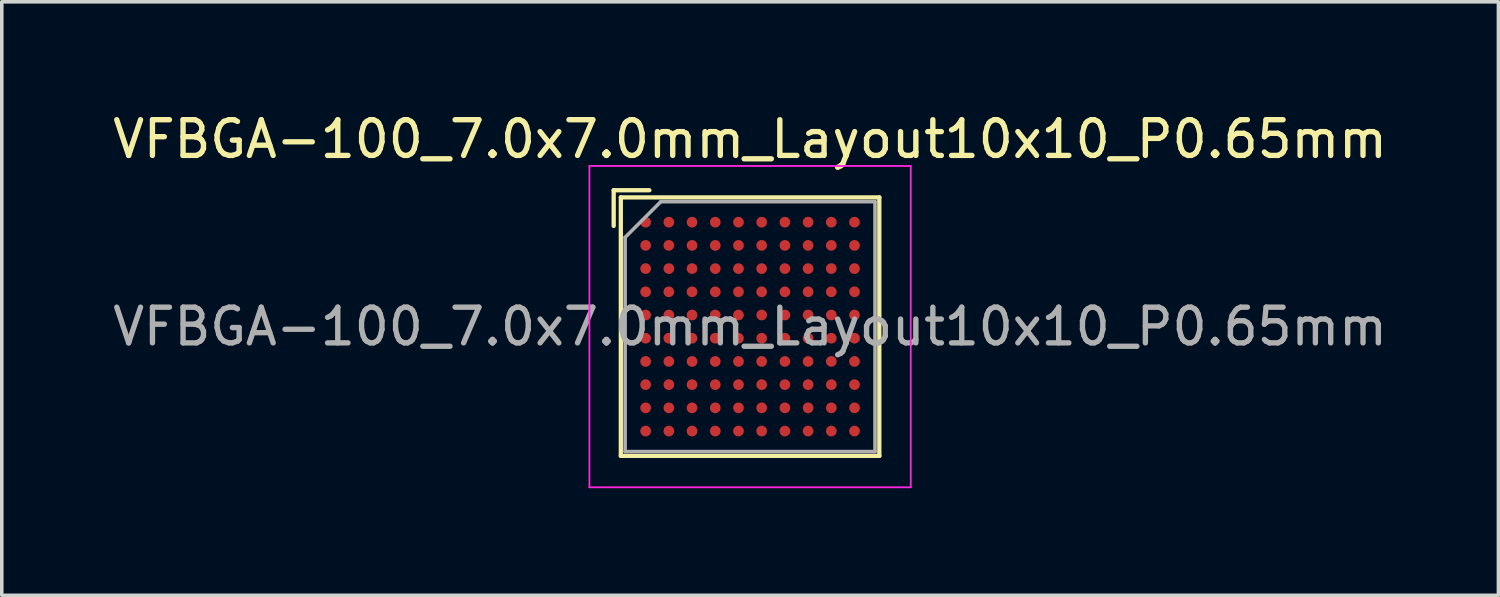
<source format=kicad_pcb>
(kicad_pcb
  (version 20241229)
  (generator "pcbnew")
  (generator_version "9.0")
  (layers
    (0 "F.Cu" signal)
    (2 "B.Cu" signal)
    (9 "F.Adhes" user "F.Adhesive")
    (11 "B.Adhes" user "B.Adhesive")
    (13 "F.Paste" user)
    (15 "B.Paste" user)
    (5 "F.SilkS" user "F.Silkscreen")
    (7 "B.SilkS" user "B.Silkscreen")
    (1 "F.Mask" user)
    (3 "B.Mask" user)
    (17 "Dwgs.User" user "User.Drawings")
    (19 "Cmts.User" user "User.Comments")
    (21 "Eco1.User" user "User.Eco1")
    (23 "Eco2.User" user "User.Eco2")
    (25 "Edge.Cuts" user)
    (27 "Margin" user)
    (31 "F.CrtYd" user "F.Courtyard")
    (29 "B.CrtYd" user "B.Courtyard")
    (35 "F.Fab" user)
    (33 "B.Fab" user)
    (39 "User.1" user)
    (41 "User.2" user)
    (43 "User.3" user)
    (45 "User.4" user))
  (footprint "VFBGA-100_7.0x7.0mm_Layout10x10_P0.65mm"
    (layer "F.Cu")
    (at 17.958 6.098)
    (property "Reference" "VFBGA-100_7.0x7.0mm_Layout10x10_P0.65mm" (at 0 -5.25 0) (layer "F.SilkS") (effects (font (size 1 1) (thickness 0.15))))
    (attr smd)
    (fp_line (start -3.82 -3.82) (end -2.82 -3.82) (stroke (width 0.12) (type solid)) (layer "F.SilkS"))
    (fp_line (start -3.82 -2.82) (end -3.82 -3.82) (stroke (width 0.12) (type solid)) (layer "F.SilkS"))
    (fp_line (start -3.62 -3.62) (end -3.62 3.62) (stroke (width 0.12) (type solid)) (layer "F.SilkS"))
    (fp_line (start -3.62 3.62) (end 3.62 3.62) (stroke (width 0.12) (type solid)) (layer "F.SilkS"))
    (fp_line (start 3.62 -3.62) (end -3.62 -3.62) (stroke (width 0.12) (type solid)) (layer "F.SilkS"))
    (fp_line (start 3.62 3.62) (end 3.62 -3.62) (stroke (width 0.12) (type solid)) (layer "F.SilkS"))
    (fp_line (start -4.5 -4.5) (end -4.5 4.5) (stroke (width 0.05) (type solid)) (layer "F.CrtYd"))
    (fp_line (start -4.5 -4.5) (end 4.5 -4.5) (stroke (width 0.05) (type solid)) (layer "F.CrtYd"))
    (fp_line (start 4.5 4.5) (end -4.5 4.5) (stroke (width 0.05) (type solid)) (layer "F.CrtYd"))
    (fp_line (start 4.5 4.5) (end 4.5 -4.5) (stroke (width 0.05) (type solid)) (layer "F.CrtYd"))
    (fp_line (start -3.5 -2.5) (end -3.5 3.5) (stroke (width 0.1) (type solid)) (layer "F.Fab"))
    (fp_line (start -3.5 3.5) (end 3.5 3.5) (stroke (width 0.1) (type solid)) (layer "F.Fab"))
    (fp_line (start -2.5 -3.5) (end -3.5 -2.5) (stroke (width 0.1) (type solid)) (layer "F.Fab"))
    (fp_line (start 3.5 -3.5) (end -2.5 -3.5) (stroke (width 0.1) (type solid)) (layer "F.Fab"))
    (fp_line (start 3.5 3.5) (end 3.5 -3.5) (stroke (width 0.1) (type solid)) (layer "F.Fab"))
    (fp_text user "${REFERENCE}" (at 0 0 0) (layer "F.Fab") (effects (font (size 1 1) (thickness 0.15))))
    (pad "A1" smd circle (at -2.925 -2.925) (size 0.3 0.3) (layers "F.Cu" "F.Mask" "F.Paste"))
    (pad "A2" smd circle (at -2.275 -2.925) (size 0.3 0.3) (layers "F.Cu" "F.Mask" "F.Paste"))
    (pad "A3" smd circle (at -1.625 -2.925) (size 0.3 0.3) (layers "F.Cu" "F.Mask" "F.Paste"))
    (pad "A4" smd circle (at -0.975 -2.925) (size 0.3 0.3) (layers "F.Cu" "F.Mask" "F.Paste"))
    (pad "A5" smd circle (at -0.325 -2.925) (size 0.3 0.3) (layers "F.Cu" "F.Mask" "F.Paste"))
    (pad "A6" smd circle (at 0.325 -2.925) (size 0.3 0.3) (layers "F.Cu" "F.Mask" "F.Paste"))
    (pad "A7" smd circle (at 0.975 -2.925) (size 0.3 0.3) (layers "F.Cu" "F.Mask" "F.Paste"))
    (pad "A8" smd circle (at 1.625 -2.925) (size 0.3 0.3) (layers "F.Cu" "F.Mask" "F.Paste"))
    (pad "A9" smd circle (at 2.275 -2.925) (size 0.3 0.3) (layers "F.Cu" "F.Mask" "F.Paste"))
    (pad "A10" smd circle (at 2.925 -2.925) (size 0.3 0.3) (layers "F.Cu" "F.Mask" "F.Paste"))
    (pad "B1" smd circle (at -2.925 -2.275) (size 0.3 0.3) (layers "F.Cu" "F.Mask" "F.Paste"))
    (pad "B2" smd circle (at -2.275 -2.275) (size 0.3 0.3) (layers "F.Cu" "F.Mask" "F.Paste"))
    (pad "B3" smd circle (at -1.625 -2.275) (size 0.3 0.3) (layers "F.Cu" "F.Mask" "F.Paste"))
    (pad "B4" smd circle (at -0.975 -2.275) (size 0.3 0.3) (layers "F.Cu" "F.Mask" "F.Paste"))
    (pad "B5" smd circle (at -0.325 -2.275) (size 0.3 0.3) (layers "F.Cu" "F.Mask" "F.Paste"))
    (pad "B6" smd circle (at 0.325 -2.275) (size 0.3 0.3) (layers "F.Cu" "F.Mask" "F.Paste"))
    (pad "B7" smd circle (at 0.975 -2.275) (size 0.3 0.3) (layers "F.Cu" "F.Mask" "F.Paste"))
    (pad "B8" smd circle (at 1.625 -2.275) (size 0.3 0.3) (layers "F.Cu" "F.Mask" "F.Paste"))
    (pad "B9" smd circle (at 2.275 -2.275) (size 0.3 0.3) (layers "F.Cu" "F.Mask" "F.Paste"))
    (pad "B10" smd circle (at 2.925 -2.275) (size 0.3 0.3) (layers "F.Cu" "F.Mask" "F.Paste"))
    (pad "C1" smd circle (at -2.925 -1.625) (size 0.3 0.3) (layers "F.Cu" "F.Mask" "F.Paste"))
    (pad "C2" smd circle (at -2.275 -1.625) (size 0.3 0.3) (layers "F.Cu" "F.Mask" "F.Paste"))
    (pad "C3" smd circle (at -1.625 -1.625) (size 0.3 0.3) (layers "F.Cu" "F.Mask" "F.Paste"))
    (pad "C4" smd circle (at -0.975 -1.625) (size 0.3 0.3) (layers "F.Cu" "F.Mask" "F.Paste"))
    (pad "C5" smd circle (at -0.325 -1.625) (size 0.3 0.3) (layers "F.Cu" "F.Mask" "F.Paste"))
    (pad "C6" smd circle (at 0.325 -1.625) (size 0.3 0.3) (layers "F.Cu" "F.Mask" "F.Paste"))
    (pad "C7" smd circle (at 0.975 -1.625) (size 0.3 0.3) (layers "F.Cu" "F.Mask" "F.Paste"))
    (pad "C8" smd circle (at 1.625 -1.625) (size 0.3 0.3) (layers "F.Cu" "F.Mask" "F.Paste"))
    (pad "C9" smd circle (at 2.275 -1.625) (size 0.3 0.3) (layers "F.Cu" "F.Mask" "F.Paste"))
    (pad "C10" smd circle (at 2.925 -1.625) (size 0.3 0.3) (layers "F.Cu" "F.Mask" "F.Paste"))
    (pad "D1" smd circle (at -2.925 -0.975) (size 0.3 0.3) (layers "F.Cu" "F.Mask" "F.Paste"))
    (pad "D2" smd circle (at -2.275 -0.975) (size 0.3 0.3) (layers "F.Cu" "F.Mask" "F.Paste"))
    (pad "D3" smd circle (at -1.625 -0.975) (size 0.3 0.3) (layers "F.Cu" "F.Mask" "F.Paste"))
    (pad "D4" smd circle (at -0.975 -0.975) (size 0.3 0.3) (layers "F.Cu" "F.Mask" "F.Paste"))
    (pad "D5" smd circle (at -0.325 -0.975) (size 0.3 0.3) (layers "F.Cu" "F.Mask" "F.Paste"))
    (pad "D6" smd circle (at 0.325 -0.975) (size 0.3 0.3) (layers "F.Cu" "F.Mask" "F.Paste"))
    (pad "D7" smd circle (at 0.975 -0.975) (size 0.3 0.3) (layers "F.Cu" "F.Mask" "F.Paste"))
    (pad "D8" smd circle (at 1.625 -0.975) (size 0.3 0.3) (layers "F.Cu" "F.Mask" "F.Paste"))
    (pad "D9" smd circle (at 2.275 -0.975) (size 0.3 0.3) (layers "F.Cu" "F.Mask" "F.Paste"))
    (pad "D10" smd circle (at 2.925 -0.975) (size 0.3 0.3) (layers "F.Cu" "F.Mask" "F.Paste"))
    (pad "E1" smd circle (at -2.925 -0.325) (size 0.3 0.3) (layers "F.Cu" "F.Mask" "F.Paste"))
    (pad "E2" smd circle (at -2.275 -0.325) (size 0.3 0.3) (layers "F.Cu" "F.Mask" "F.Paste"))
    (pad "E3" smd circle (at -1.625 -0.325) (size 0.3 0.3) (layers "F.Cu" "F.Mask" "F.Paste"))
    (pad "E4" smd circle (at -0.975 -0.325) (size 0.3 0.3) (layers "F.Cu" "F.Mask" "F.Paste"))
    (pad "E5" smd circle (at -0.325 -0.325) (size 0.3 0.3) (layers "F.Cu" "F.Mask" "F.Paste"))
    (pad "E6" smd circle (at 0.325 -0.325) (size 0.3 0.3) (layers "F.Cu" "F.Mask" "F.Paste"))
    (pad "E7" smd circle (at 0.975 -0.325) (size 0.3 0.3) (layers "F.Cu" "F.Mask" "F.Paste"))
    (pad "E8" smd circle (at 1.625 -0.325) (size 0.3 0.3) (layers "F.Cu" "F.Mask" "F.Paste"))
    (pad "E9" smd circle (at 2.275 -0.325) (size 0.3 0.3) (layers "F.Cu" "F.Mask" "F.Paste"))
    (pad "E10" smd circle (at 2.925 -0.325) (size 0.3 0.3) (layers "F.Cu" "F.Mask" "F.Paste"))
    (pad "F1" smd circle (at -2.925 0.325) (size 0.3 0.3) (layers "F.Cu" "F.Mask" "F.Paste"))
    (pad "F2" smd circle (at -2.275 0.325) (size 0.3 0.3) (layers "F.Cu" "F.Mask" "F.Paste"))
    (pad "F3" smd circle (at -1.625 0.325) (size 0.3 0.3) (layers "F.Cu" "F.Mask" "F.Paste"))
    (pad "F4" smd circle (at -0.975 0.325) (size 0.3 0.3) (layers "F.Cu" "F.Mask" "F.Paste"))
    (pad "F5" smd circle (at -0.325 0.325) (size 0.3 0.3) (layers "F.Cu" "F.Mask" "F.Paste"))
    (pad "F6" smd circle (at 0.325 0.325) (size 0.3 0.3) (layers "F.Cu" "F.Mask" "F.Paste"))
    (pad "F7" smd circle (at 0.975 0.325) (size 0.3 0.3) (layers "F.Cu" "F.Mask" "F.Paste"))
    (pad "F8" smd circle (at 1.625 0.325) (size 0.3 0.3) (layers "F.Cu" "F.Mask" "F.Paste"))
    (pad "F9" smd circle (at 2.275 0.325) (size 0.3 0.3) (layers "F.Cu" "F.Mask" "F.Paste"))
    (pad "F10" smd circle (at 2.925 0.325) (size 0.3 0.3) (layers "F.Cu" "F.Mask" "F.Paste"))
    (pad "G1" smd circle (at -2.925 0.975) (size 0.3 0.3) (layers "F.Cu" "F.Mask" "F.Paste"))
    (pad "G2" smd circle (at -2.275 0.975) (size 0.3 0.3) (layers "F.Cu" "F.Mask" "F.Paste"))
    (pad "G3" smd circle (at -1.625 0.975) (size 0.3 0.3) (layers "F.Cu" "F.Mask" "F.Paste"))
    (pad "G4" smd circle (at -0.975 0.975) (size 0.3 0.3) (layers "F.Cu" "F.Mask" "F.Paste"))
    (pad "G5" smd circle (at -0.325 0.975) (size 0.3 0.3) (layers "F.Cu" "F.Mask" "F.Paste"))
    (pad "G6" smd circle (at 0.325 0.975) (size 0.3 0.3) (layers "F.Cu" "F.Mask" "F.Paste"))
    (pad "G7" smd circle (at 0.975 0.975) (size 0.3 0.3) (layers "F.Cu" "F.Mask" "F.Paste"))
    (pad "G8" smd circle (at 1.625 0.975) (size 0.3 0.3) (layers "F.Cu" "F.Mask" "F.Paste"))
    (pad "G9" smd circle (at 2.275 0.975) (size 0.3 0.3) (layers "F.Cu" "F.Mask" "F.Paste"))
    (pad "G10" smd circle (at 2.925 0.975) (size 0.3 0.3) (layers "F.Cu" "F.Mask" "F.Paste"))
    (pad "H1" smd circle (at -2.925 1.625) (size 0.3 0.3) (layers "F.Cu" "F.Mask" "F.Paste"))
    (pad "H2" smd circle (at -2.275 1.625) (size 0.3 0.3) (layers "F.Cu" "F.Mask" "F.Paste"))
    (pad "H3" smd circle (at -1.625 1.625) (size 0.3 0.3) (layers "F.Cu" "F.Mask" "F.Paste"))
    (pad "H4" smd circle (at -0.975 1.625) (size 0.3 0.3) (layers "F.Cu" "F.Mask" "F.Paste"))
    (pad "H5" smd circle (at -0.325 1.625) (size 0.3 0.3) (layers "F.Cu" "F.Mask" "F.Paste"))
    (pad "H6" smd circle (at 0.325 1.625) (size 0.3 0.3) (layers "F.Cu" "F.Mask" "F.Paste"))
    (pad "H7" smd circle (at 0.975 1.625) (size 0.3 0.3) (layers "F.Cu" "F.Mask" "F.Paste"))
    (pad "H8" smd circle (at 1.625 1.625) (size 0.3 0.3) (layers "F.Cu" "F.Mask" "F.Paste"))
    (pad "H9" smd circle (at 2.275 1.625) (size 0.3 0.3) (layers "F.Cu" "F.Mask" "F.Paste"))
    (pad "H10" smd circle (at 2.925 1.625) (size 0.3 0.3) (layers "F.Cu" "F.Mask" "F.Paste"))
    (pad "J1" smd circle (at -2.925 2.275) (size 0.3 0.3) (layers "F.Cu" "F.Mask" "F.Paste"))
    (pad "J2" smd circle (at -2.275 2.275) (size 0.3 0.3) (layers "F.Cu" "F.Mask" "F.Paste"))
    (pad "J3" smd circle (at -1.625 2.275) (size 0.3 0.3) (layers "F.Cu" "F.Mask" "F.Paste"))
    (pad "J4" smd circle (at -0.975 2.275) (size 0.3 0.3) (layers "F.Cu" "F.Mask" "F.Paste"))
    (pad "J5" smd circle (at -0.325 2.275) (size 0.3 0.3) (layers "F.Cu" "F.Mask" "F.Paste"))
    (pad "J6" smd circle (at 0.325 2.275) (size 0.3 0.3) (layers "F.Cu" "F.Mask" "F.Paste"))
    (pad "J7" smd circle (at 0.975 2.275) (size 0.3 0.3) (layers "F.Cu" "F.Mask" "F.Paste"))
    (pad "J8" smd circle (at 1.625 2.275) (size 0.3 0.3) (layers "F.Cu" "F.Mask" "F.Paste"))
    (pad "J9" smd circle (at 2.275 2.275) (size 0.3 0.3) (layers "F.Cu" "F.Mask" "F.Paste"))
    (pad "J10" smd circle (at 2.925 2.275) (size 0.3 0.3) (layers "F.Cu" "F.Mask" "F.Paste"))
    (pad "K1" smd circle (at -2.925 2.925) (size 0.3 0.3) (layers "F.Cu" "F.Mask" "F.Paste"))
    (pad "K2" smd circle (at -2.275 2.925) (size 0.3 0.3) (layers "F.Cu" "F.Mask" "F.Paste"))
    (pad "K3" smd circle (at -1.625 2.925) (size 0.3 0.3) (layers "F.Cu" "F.Mask" "F.Paste"))
    (pad "K4" smd circle (at -0.975 2.925) (size 0.3 0.3) (layers "F.Cu" "F.Mask" "F.Paste"))
    (pad "K5" smd circle (at -0.325 2.925) (size 0.3 0.3) (layers "F.Cu" "F.Mask" "F.Paste"))
    (pad "K6" smd circle (at 0.325 2.925) (size 0.3 0.3) (layers "F.Cu" "F.Mask" "F.Paste"))
    (pad "K7" smd circle (at 0.975 2.925) (size 0.3 0.3) (layers "F.Cu" "F.Mask" "F.Paste"))
    (pad "K8" smd circle (at 1.625 2.925) (size 0.3 0.3) (layers "F.Cu" "F.Mask" "F.Paste"))
    (pad "K9" smd circle (at 2.275 2.925) (size 0.3 0.3) (layers "F.Cu" "F.Mask" "F.Paste"))
    (pad "K10" smd circle (at 2.925 2.925) (size 0.3 0.3) (layers "F.Cu" "F.Mask" "F.Paste")))
  (gr_rect
    (start -3 -3)
    (end 38.917 13.623)
    (stroke (width 0.1) (type default))
    (fill no)
    (layer "Edge.Cuts")))
</source>
